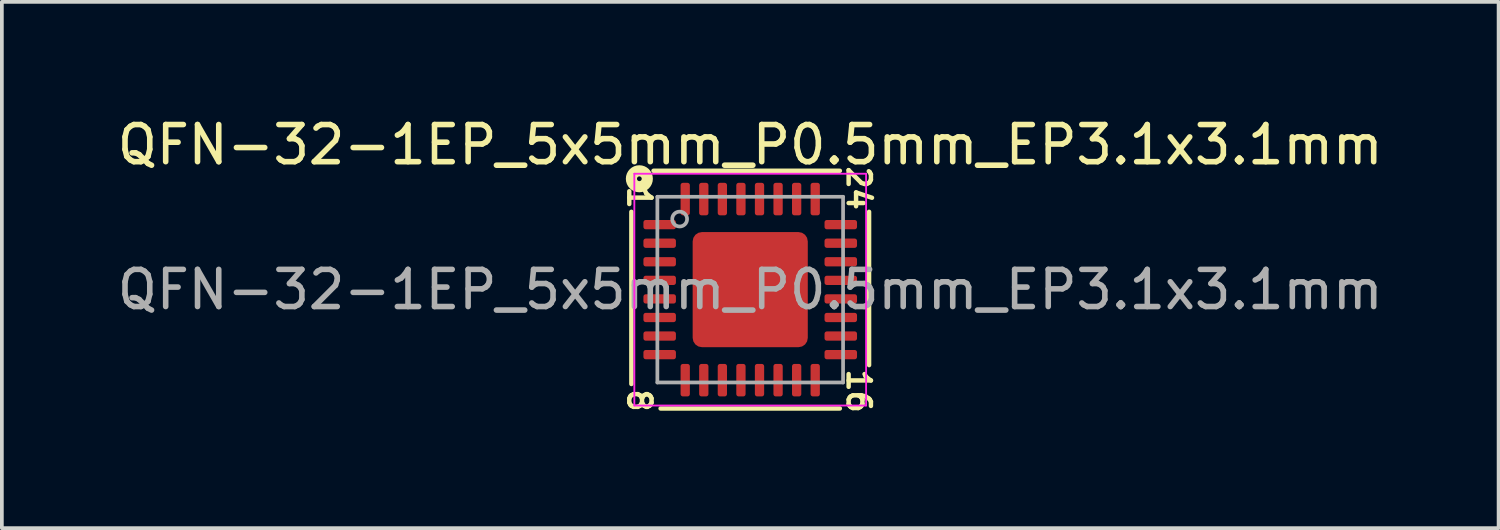
<source format=kicad_pcb>
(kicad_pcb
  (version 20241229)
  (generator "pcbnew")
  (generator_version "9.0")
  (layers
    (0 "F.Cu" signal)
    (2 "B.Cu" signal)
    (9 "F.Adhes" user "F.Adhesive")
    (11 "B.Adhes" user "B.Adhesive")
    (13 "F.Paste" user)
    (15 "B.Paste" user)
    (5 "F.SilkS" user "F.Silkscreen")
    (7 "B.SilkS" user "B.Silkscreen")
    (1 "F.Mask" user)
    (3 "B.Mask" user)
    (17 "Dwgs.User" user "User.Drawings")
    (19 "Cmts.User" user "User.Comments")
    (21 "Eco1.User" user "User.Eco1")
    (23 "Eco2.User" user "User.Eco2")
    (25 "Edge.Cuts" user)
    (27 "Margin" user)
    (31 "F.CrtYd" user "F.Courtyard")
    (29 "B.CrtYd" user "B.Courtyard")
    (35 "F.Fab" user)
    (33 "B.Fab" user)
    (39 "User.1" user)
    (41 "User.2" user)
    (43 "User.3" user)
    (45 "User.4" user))
  (footprint "QFN-32-1EP_5x5mm_P0.5mm_EP3.1x3.1mm"
    (layer "F.Cu")
    (at 17.149 4.748)
    (property "Reference" "QFN-32-1EP_5x5mm_P0.5mm_EP3.1x3.1mm" (at 0 -3.9 0) (layer "F.SilkS") (effects (font (size 1 1) (thickness 0.15))))
    (attr smd)
    (fp_line (start -3.2 -2.095) (end -3.2 2.54) (stroke (width 0.12) (type solid)) (layer "F.SilkS"))
    (fp_line (start -2.413 3.2) (end 2.413 3.2) (stroke (width 0.12) (type solid)) (layer "F.SilkS"))
    (fp_line (start 2.413 -3.2) (end -2.603 -3.2) (stroke (width 0.12) (type solid)) (layer "F.SilkS"))
    (fp_line (start 3.2 2.032) (end 3.2 -2.095) (stroke (width 0.12) (type solid)) (layer "F.SilkS"))
    (fp_circle (center -2.985 -2.985) (end -2.921 -2.985) (stroke (width 0.3) (type solid)) (fill no) (layer "F.SilkS"))
    (fp_line (start -3.12 -3.12) (end -3.12 3.12) (stroke (width 0.05) (type solid)) (layer "F.CrtYd"))
    (fp_line (start -3.12 3.12) (end 3.12 3.12) (stroke (width 0.05) (type solid)) (layer "F.CrtYd"))
    (fp_line (start 3.12 -3.12) (end -3.12 -3.12) (stroke (width 0.05) (type solid)) (layer "F.CrtYd"))
    (fp_line (start 3.12 3.12) (end 3.12 -3.12) (stroke (width 0.05) (type solid)) (layer "F.CrtYd"))
    (fp_line (start -2.5 -2.5) (end 2.5 -2.5) (stroke (width 0.1) (type solid)) (layer "F.Fab"))
    (fp_line (start -2.5 2.5) (end -2.5 -2.5) (stroke (width 0.1) (type solid)) (layer "F.Fab"))
    (fp_line (start 2.5 -2.5) (end 2.5 2.5) (stroke (width 0.1) (type solid)) (layer "F.Fab"))
    (fp_line (start 2.5 2.5) (end -2.5 2.5) (stroke (width 0.1) (type solid)) (layer "F.Fab"))
    (fp_circle (center -1.9 -1.9) (end -1.7 -1.9) (stroke (width 0.1) (type solid)) (fill no) (layer "F.Fab"))
    (fp_text user "24" (at 2.921 -2.731 270) (unlocked yes) (layer "F.SilkS") (effects (font (size 0.6 0.6) (thickness 0.12))))
    (fp_text user "16" (at 2.921 2.731 270) (unlocked yes) (layer "F.SilkS") (effects (font (size 0.6 0.6) (thickness 0.12))))
    (fp_text user "1" (at -2.985 -2.477 270) (unlocked yes) (layer "F.SilkS") (effects (font (size 0.6 0.6) (thickness 0.12))))
    (fp_text user "8" (at -2.985 2.985 270) (unlocked yes) (layer "F.SilkS") (effects (font (size 0.6 0.6) (thickness 0.12))))
    (fp_text user "${REFERENCE}" (at 0 0 0) (layer "F.Fab") (effects (font (size 1 1) (thickness 0.15))))
    (pad "" smd roundrect (at -1.03 -1.03) (size 0.83 0.83) (layers "F.Paste") (roundrect_rratio 0.25))
    (pad "" smd roundrect (at -1.03 0) (size 0.83 0.83) (layers "F.Paste") (roundrect_rratio 0.25))
    (pad "" smd roundrect (at -1.03 1.03) (size 0.83 0.83) (layers "F.Paste") (roundrect_rratio 0.25))
    (pad "" smd roundrect (at 0 -1.03) (size 0.83 0.83) (layers "F.Paste") (roundrect_rratio 0.25))
    (pad "" smd roundrect (at 0 0) (size 0.83 0.83) (layers "F.Paste") (roundrect_rratio 0.25))
    (pad "" smd roundrect (at 0 1.03) (size 0.83 0.83) (layers "F.Paste") (roundrect_rratio 0.25))
    (pad "" smd roundrect (at 1.03 -1.03) (size 0.83 0.83) (layers "F.Paste") (roundrect_rratio 0.25))
    (pad "" smd roundrect (at 1.03 0) (size 0.83 0.83) (layers "F.Paste") (roundrect_rratio 0.25))
    (pad "" smd roundrect (at 1.03 1.03) (size 0.83 0.83) (layers "F.Paste") (roundrect_rratio 0.25))
    (pad "1" smd roundrect (at -2.438 -1.75) (size 0.875 0.25) (layers "F.Cu" "F.Mask" "F.Paste") (roundrect_rratio 0.25))
    (pad "2" smd roundrect (at -2.438 -1.25) (size 0.875 0.25) (layers "F.Cu" "F.Mask" "F.Paste") (roundrect_rratio 0.25))
    (pad "3" smd roundrect (at -2.438 -0.75) (size 0.875 0.25) (layers "F.Cu" "F.Mask" "F.Paste") (roundrect_rratio 0.25))
    (pad "4" smd roundrect (at -2.438 -0.25) (size 0.875 0.25) (layers "F.Cu" "F.Mask" "F.Paste") (roundrect_rratio 0.25))
    (pad "5" smd roundrect (at -2.438 0.25) (size 0.875 0.25) (layers "F.Cu" "F.Mask" "F.Paste") (roundrect_rratio 0.25))
    (pad "6" smd roundrect (at -2.438 0.75) (size 0.875 0.25) (layers "F.Cu" "F.Mask" "F.Paste") (roundrect_rratio 0.25))
    (pad "7" smd roundrect (at -2.438 1.25) (size 0.875 0.25) (layers "F.Cu" "F.Mask" "F.Paste") (roundrect_rratio 0.25))
    (pad "8" smd roundrect (at -2.438 1.75) (size 0.875 0.25) (layers "F.Cu" "F.Mask" "F.Paste") (roundrect_rratio 0.25))
    (pad "9" smd roundrect (at -1.75 2.438) (size 0.25 0.875) (layers "F.Cu" "F.Mask" "F.Paste") (roundrect_rratio 0.25))
    (pad "10" smd roundrect (at -1.25 2.438) (size 0.25 0.875) (layers "F.Cu" "F.Mask" "F.Paste") (roundrect_rratio 0.25))
    (pad "11" smd roundrect (at -0.75 2.438) (size 0.25 0.875) (layers "F.Cu" "F.Mask" "F.Paste") (roundrect_rratio 0.25))
    (pad "12" smd roundrect (at -0.25 2.438) (size 0.25 0.875) (layers "F.Cu" "F.Mask" "F.Paste") (roundrect_rratio 0.25))
    (pad "13" smd roundrect (at 0.25 2.438) (size 0.25 0.875) (layers "F.Cu" "F.Mask" "F.Paste") (roundrect_rratio 0.25))
    (pad "14" smd roundrect (at 0.75 2.438) (size 0.25 0.875) (layers "F.Cu" "F.Mask" "F.Paste") (roundrect_rratio 0.25))
    (pad "15" smd roundrect (at 1.25 2.438) (size 0.25 0.875) (layers "F.Cu" "F.Mask" "F.Paste") (roundrect_rratio 0.25))
    (pad "16" smd roundrect (at 1.75 2.438) (size 0.25 0.875) (layers "F.Cu" "F.Mask" "F.Paste") (roundrect_rratio 0.25))
    (pad "17" smd roundrect (at 2.438 1.75) (size 0.875 0.25) (layers "F.Cu" "F.Mask" "F.Paste") (roundrect_rratio 0.25))
    (pad "18" smd roundrect (at 2.438 1.25) (size 0.875 0.25) (layers "F.Cu" "F.Mask" "F.Paste") (roundrect_rratio 0.25))
    (pad "19" smd roundrect (at 2.438 0.75) (size 0.875 0.25) (layers "F.Cu" "F.Mask" "F.Paste") (roundrect_rratio 0.25))
    (pad "20" smd roundrect (at 2.438 0.25) (size 0.875 0.25) (layers "F.Cu" "F.Mask" "F.Paste") (roundrect_rratio 0.25))
    (pad "21" smd roundrect (at 2.438 -0.25) (size 0.875 0.25) (layers "F.Cu" "F.Mask" "F.Paste") (roundrect_rratio 0.25))
    (pad "22" smd roundrect (at 2.438 -0.75) (size 0.875 0.25) (layers "F.Cu" "F.Mask" "F.Paste") (roundrect_rratio 0.25))
    (pad "23" smd roundrect (at 2.438 -1.25) (size 0.875 0.25) (layers "F.Cu" "F.Mask" "F.Paste") (roundrect_rratio 0.25))
    (pad "24" smd roundrect (at 2.438 -1.75) (size 0.875 0.25) (layers "F.Cu" "F.Mask" "F.Paste") (roundrect_rratio 0.25))
    (pad "25" smd roundrect (at 1.75 -2.438) (size 0.25 0.875) (layers "F.Cu" "F.Mask" "F.Paste") (roundrect_rratio 0.25))
    (pad "26" smd roundrect (at 1.25 -2.438) (size 0.25 0.875) (layers "F.Cu" "F.Mask" "F.Paste") (roundrect_rratio 0.25))
    (pad "27" smd roundrect (at 0.75 -2.438) (size 0.25 0.875) (layers "F.Cu" "F.Mask" "F.Paste") (roundrect_rratio 0.25))
    (pad "28" smd roundrect (at 0.25 -2.438) (size 0.25 0.875) (layers "F.Cu" "F.Mask" "F.Paste") (roundrect_rratio 0.25))
    (pad "29" smd roundrect (at -0.25 -2.438) (size 0.25 0.875) (layers "F.Cu" "F.Mask" "F.Paste") (roundrect_rratio 0.25))
    (pad "30" smd roundrect (at -0.75 -2.438) (size 0.25 0.875) (layers "F.Cu" "F.Mask" "F.Paste") (roundrect_rratio 0.25))
    (pad "31" smd roundrect (at -1.25 -2.438) (size 0.25 0.875) (layers "F.Cu" "F.Mask" "F.Paste") (roundrect_rratio 0.25))
    (pad "32" smd roundrect (at -1.75 -2.438) (size 0.25 0.875) (layers "F.Cu" "F.Mask" "F.Paste") (roundrect_rratio 0.25))
    (pad "33" smd roundrect (at 0 0) (size 3.1 3.1) (layers "F.Cu" "F.Mask") (roundrect_rratio 0.081)))
  (gr_rect
    (start -3 -3)
    (end 37.298 11.17)
    (stroke (width 0.1) (type default))
    (fill no)
    (layer "Edge.Cuts")))
</source>
